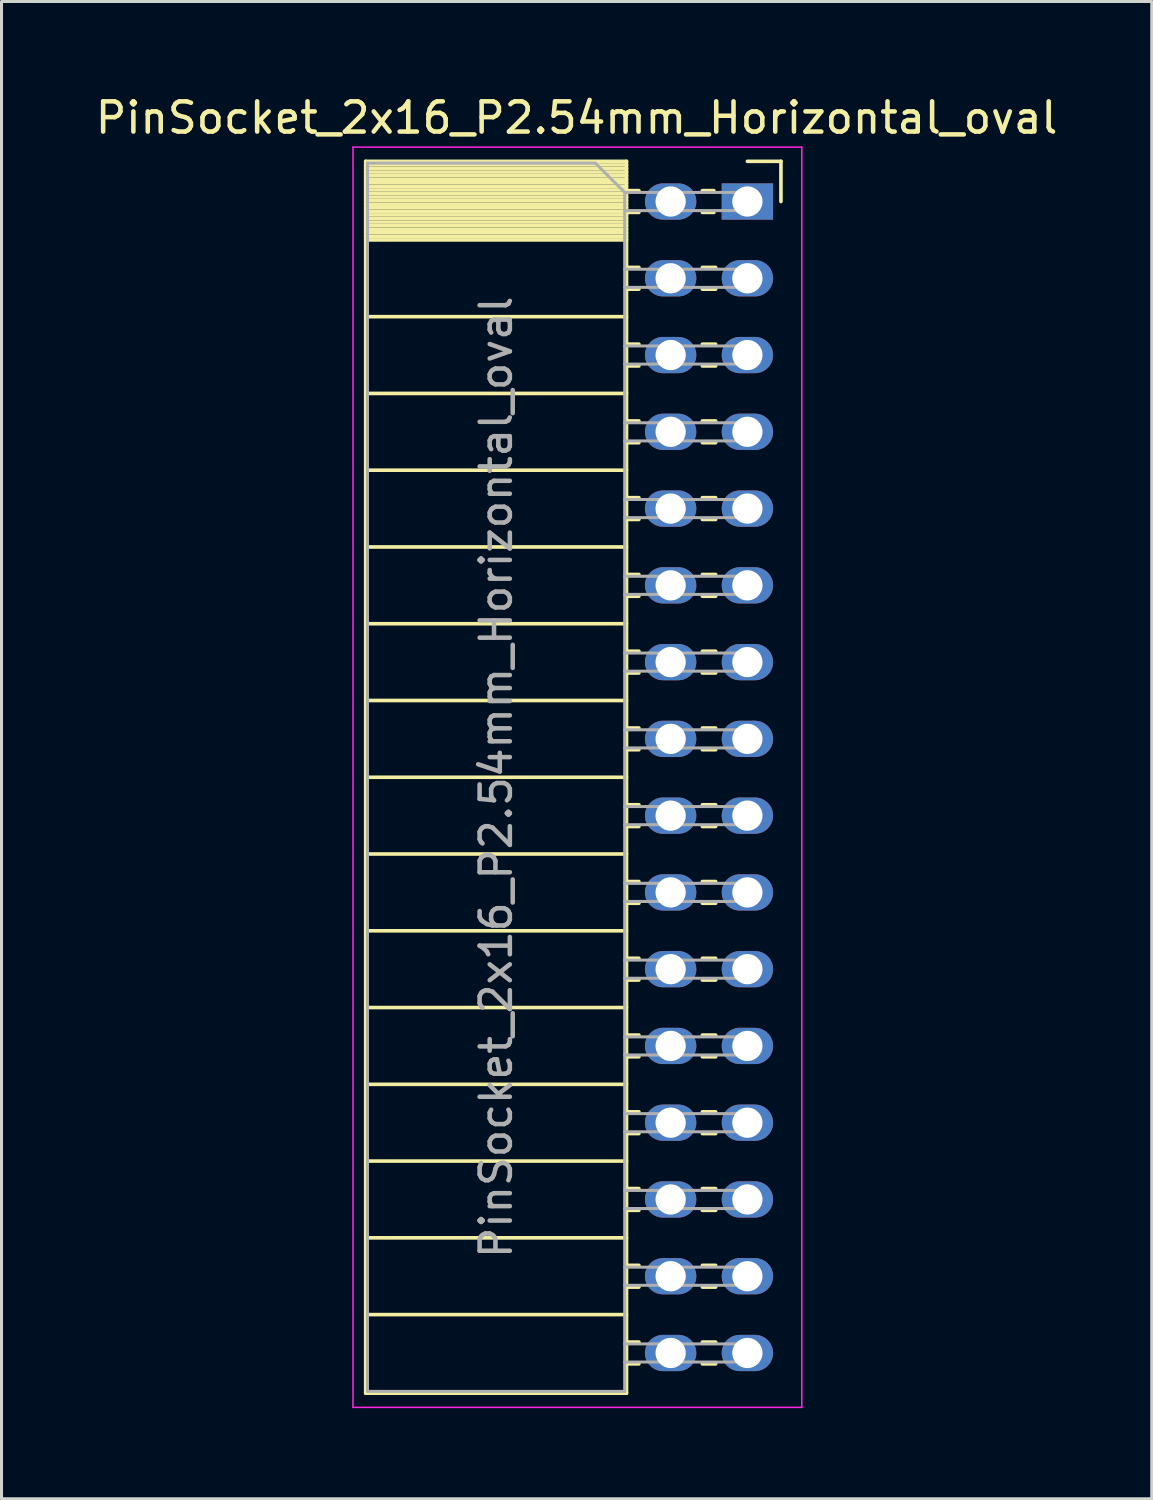
<source format=kicad_pcb>
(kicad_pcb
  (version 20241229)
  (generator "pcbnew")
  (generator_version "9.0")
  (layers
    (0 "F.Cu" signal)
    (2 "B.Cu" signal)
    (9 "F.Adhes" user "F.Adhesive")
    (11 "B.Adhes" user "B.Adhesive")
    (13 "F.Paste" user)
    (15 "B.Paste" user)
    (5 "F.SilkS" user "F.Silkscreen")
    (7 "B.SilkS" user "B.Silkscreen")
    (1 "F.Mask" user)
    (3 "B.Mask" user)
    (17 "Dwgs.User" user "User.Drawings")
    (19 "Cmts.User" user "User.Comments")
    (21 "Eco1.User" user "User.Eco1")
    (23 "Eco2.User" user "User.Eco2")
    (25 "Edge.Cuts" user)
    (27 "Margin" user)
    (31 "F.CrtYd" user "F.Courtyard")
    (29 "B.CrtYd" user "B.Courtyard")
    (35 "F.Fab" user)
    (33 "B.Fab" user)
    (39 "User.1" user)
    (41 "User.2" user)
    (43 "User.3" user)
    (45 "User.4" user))
  (footprint "PinSocket_2x16_P2.54mm_Horizontal_oval"
    (layer "F.Cu")
    (at 21.68 3.618)
    (property "Reference" "PinSocket_2x16_P2.54mm_Horizontal_oval" (at -5.65 -2.77 180) (layer "F.SilkS") (effects (font (size 1 1) (thickness 0.15))))
    (attr through_hole)
    (fp_line (start -12.63 -1.33) (end -12.63 39.43) (stroke (width 0.12) (type solid)) (layer "F.SilkS"))
    (fp_line (start -12.63 -1.33) (end -4 -1.33) (stroke (width 0.12) (type solid)) (layer "F.SilkS"))
    (fp_line (start -12.63 -1.21) (end -4 -1.21) (stroke (width 0.12) (type solid)) (layer "F.SilkS"))
    (fp_line (start -12.63 -1.092) (end -4 -1.092) (stroke (width 0.12) (type solid)) (layer "F.SilkS"))
    (fp_line (start -12.63 -0.974) (end -4 -0.974) (stroke (width 0.12) (type solid)) (layer "F.SilkS"))
    (fp_line (start -12.63 -0.856) (end -4 -0.856) (stroke (width 0.12) (type solid)) (layer "F.SilkS"))
    (fp_line (start -12.63 -0.738) (end -4 -0.738) (stroke (width 0.12) (type solid)) (layer "F.SilkS"))
    (fp_line (start -12.63 -0.62) (end -4 -0.62) (stroke (width 0.12) (type solid)) (layer "F.SilkS"))
    (fp_line (start -12.63 -0.501) (end -4 -0.501) (stroke (width 0.12) (type solid)) (layer "F.SilkS"))
    (fp_line (start -12.63 -0.383) (end -4 -0.383) (stroke (width 0.12) (type solid)) (layer "F.SilkS"))
    (fp_line (start -12.63 -0.265) (end -4 -0.265) (stroke (width 0.12) (type solid)) (layer "F.SilkS"))
    (fp_line (start -12.63 -0.147) (end -4 -0.147) (stroke (width 0.12) (type solid)) (layer "F.SilkS"))
    (fp_line (start -12.63 -0.029) (end -4 -0.029) (stroke (width 0.12) (type solid)) (layer "F.SilkS"))
    (fp_line (start -12.63 0.089) (end -4 0.089) (stroke (width 0.12) (type solid)) (layer "F.SilkS"))
    (fp_line (start -12.63 0.207) (end -4 0.207) (stroke (width 0.12) (type solid)) (layer "F.SilkS"))
    (fp_line (start -12.63 0.325) (end -4 0.325) (stroke (width 0.12) (type solid)) (layer "F.SilkS"))
    (fp_line (start -12.63 0.443) (end -4 0.443) (stroke (width 0.12) (type solid)) (layer "F.SilkS"))
    (fp_line (start -12.63 0.561) (end -4 0.561) (stroke (width 0.12) (type solid)) (layer "F.SilkS"))
    (fp_line (start -12.63 0.68) (end -4 0.68) (stroke (width 0.12) (type solid)) (layer "F.SilkS"))
    (fp_line (start -12.63 0.798) (end -4 0.798) (stroke (width 0.12) (type solid)) (layer "F.SilkS"))
    (fp_line (start -12.63 0.916) (end -4 0.916) (stroke (width 0.12) (type solid)) (layer "F.SilkS"))
    (fp_line (start -12.63 1.034) (end -4 1.034) (stroke (width 0.12) (type solid)) (layer "F.SilkS"))
    (fp_line (start -12.63 1.152) (end -4 1.152) (stroke (width 0.12) (type solid)) (layer "F.SilkS"))
    (fp_line (start -12.63 1.27) (end -4 1.27) (stroke (width 0.12) (type solid)) (layer "F.SilkS"))
    (fp_line (start -12.63 3.81) (end -4 3.81) (stroke (width 0.12) (type solid)) (layer "F.SilkS"))
    (fp_line (start -12.63 6.35) (end -4 6.35) (stroke (width 0.12) (type solid)) (layer "F.SilkS"))
    (fp_line (start -12.63 8.89) (end -4 8.89) (stroke (width 0.12) (type solid)) (layer "F.SilkS"))
    (fp_line (start -12.63 11.43) (end -4 11.43) (stroke (width 0.12) (type solid)) (layer "F.SilkS"))
    (fp_line (start -12.63 13.97) (end -4 13.97) (stroke (width 0.12) (type solid)) (layer "F.SilkS"))
    (fp_line (start -12.63 16.51) (end -4 16.51) (stroke (width 0.12) (type solid)) (layer "F.SilkS"))
    (fp_line (start -12.63 19.05) (end -4 19.05) (stroke (width 0.12) (type solid)) (layer "F.SilkS"))
    (fp_line (start -12.63 21.59) (end -4 21.59) (stroke (width 0.12) (type solid)) (layer "F.SilkS"))
    (fp_line (start -12.63 24.13) (end -4 24.13) (stroke (width 0.12) (type solid)) (layer "F.SilkS"))
    (fp_line (start -12.63 26.67) (end -4 26.67) (stroke (width 0.12) (type solid)) (layer "F.SilkS"))
    (fp_line (start -12.63 29.21) (end -4 29.21) (stroke (width 0.12) (type solid)) (layer "F.SilkS"))
    (fp_line (start -12.63 31.75) (end -4 31.75) (stroke (width 0.12) (type solid)) (layer "F.SilkS"))
    (fp_line (start -12.63 34.29) (end -4 34.29) (stroke (width 0.12) (type solid)) (layer "F.SilkS"))
    (fp_line (start -12.63 36.83) (end -4 36.83) (stroke (width 0.12) (type solid)) (layer "F.SilkS"))
    (fp_line (start -12.63 39.43) (end -4 39.43) (stroke (width 0.12) (type solid)) (layer "F.SilkS"))
    (fp_line (start -4 -1.33) (end -4 39.43) (stroke (width 0.12) (type solid)) (layer "F.SilkS"))
    (fp_line (start -4 -0.36) (end -3.59 -0.36) (stroke (width 0.12) (type solid)) (layer "F.SilkS"))
    (fp_line (start -4 0.36) (end -3.59 0.36) (stroke (width 0.12) (type solid)) (layer "F.SilkS"))
    (fp_line (start -4 2.18) (end -3.59 2.18) (stroke (width 0.12) (type solid)) (layer "F.SilkS"))
    (fp_line (start -4 2.9) (end -3.59 2.9) (stroke (width 0.12) (type solid)) (layer "F.SilkS"))
    (fp_line (start -4 4.72) (end -3.59 4.72) (stroke (width 0.12) (type solid)) (layer "F.SilkS"))
    (fp_line (start -4 5.44) (end -3.59 5.44) (stroke (width 0.12) (type solid)) (layer "F.SilkS"))
    (fp_line (start -4 7.26) (end -3.59 7.26) (stroke (width 0.12) (type solid)) (layer "F.SilkS"))
    (fp_line (start -4 7.98) (end -3.59 7.98) (stroke (width 0.12) (type solid)) (layer "F.SilkS"))
    (fp_line (start -4 9.8) (end -3.59 9.8) (stroke (width 0.12) (type solid)) (layer "F.SilkS"))
    (fp_line (start -4 10.52) (end -3.59 10.52) (stroke (width 0.12) (type solid)) (layer "F.SilkS"))
    (fp_line (start -4 12.34) (end -3.59 12.34) (stroke (width 0.12) (type solid)) (layer "F.SilkS"))
    (fp_line (start -4 13.06) (end -3.59 13.06) (stroke (width 0.12) (type solid)) (layer "F.SilkS"))
    (fp_line (start -4 14.88) (end -3.59 14.88) (stroke (width 0.12) (type solid)) (layer "F.SilkS"))
    (fp_line (start -4 15.6) (end -3.59 15.6) (stroke (width 0.12) (type solid)) (layer "F.SilkS"))
    (fp_line (start -4 17.42) (end -3.59 17.42) (stroke (width 0.12) (type solid)) (layer "F.SilkS"))
    (fp_line (start -4 18.14) (end -3.59 18.14) (stroke (width 0.12) (type solid)) (layer "F.SilkS"))
    (fp_line (start -4 19.96) (end -3.59 19.96) (stroke (width 0.12) (type solid)) (layer "F.SilkS"))
    (fp_line (start -4 20.68) (end -3.59 20.68) (stroke (width 0.12) (type solid)) (layer "F.SilkS"))
    (fp_line (start -4 22.5) (end -3.59 22.5) (stroke (width 0.12) (type solid)) (layer "F.SilkS"))
    (fp_line (start -4 23.22) (end -3.59 23.22) (stroke (width 0.12) (type solid)) (layer "F.SilkS"))
    (fp_line (start -4 25.04) (end -3.59 25.04) (stroke (width 0.12) (type solid)) (layer "F.SilkS"))
    (fp_line (start -4 25.76) (end -3.59 25.76) (stroke (width 0.12) (type solid)) (layer "F.SilkS"))
    (fp_line (start -4 27.58) (end -3.59 27.58) (stroke (width 0.12) (type solid)) (layer "F.SilkS"))
    (fp_line (start -4 28.3) (end -3.59 28.3) (stroke (width 0.12) (type solid)) (layer "F.SilkS"))
    (fp_line (start -4 30.12) (end -3.59 30.12) (stroke (width 0.12) (type solid)) (layer "F.SilkS"))
    (fp_line (start -4 30.84) (end -3.59 30.84) (stroke (width 0.12) (type solid)) (layer "F.SilkS"))
    (fp_line (start -4 32.66) (end -3.59 32.66) (stroke (width 0.12) (type solid)) (layer "F.SilkS"))
    (fp_line (start -4 33.38) (end -3.59 33.38) (stroke (width 0.12) (type solid)) (layer "F.SilkS"))
    (fp_line (start -4 35.2) (end -3.59 35.2) (stroke (width 0.12) (type solid)) (layer "F.SilkS"))
    (fp_line (start -4 35.92) (end -3.59 35.92) (stroke (width 0.12) (type solid)) (layer "F.SilkS"))
    (fp_line (start -4 37.74) (end -3.59 37.74) (stroke (width 0.12) (type solid)) (layer "F.SilkS"))
    (fp_line (start -4 38.46) (end -3.59 38.46) (stroke (width 0.12) (type solid)) (layer "F.SilkS"))
    (fp_line (start -1.49 -0.36) (end -1.11 -0.36) (stroke (width 0.12) (type solid)) (layer "F.SilkS"))
    (fp_line (start -1.49 0.36) (end -1.11 0.36) (stroke (width 0.12) (type solid)) (layer "F.SilkS"))
    (fp_line (start -1.49 2.18) (end -1.05 2.18) (stroke (width 0.12) (type solid)) (layer "F.SilkS"))
    (fp_line (start -1.49 2.9) (end -1.05 2.9) (stroke (width 0.12) (type solid)) (layer "F.SilkS"))
    (fp_line (start -1.49 4.72) (end -1.05 4.72) (stroke (width 0.12) (type solid)) (layer "F.SilkS"))
    (fp_line (start -1.49 5.44) (end -1.05 5.44) (stroke (width 0.12) (type solid)) (layer "F.SilkS"))
    (fp_line (start -1.49 7.26) (end -1.05 7.26) (stroke (width 0.12) (type solid)) (layer "F.SilkS"))
    (fp_line (start -1.49 7.98) (end -1.05 7.98) (stroke (width 0.12) (type solid)) (layer "F.SilkS"))
    (fp_line (start -1.49 9.8) (end -1.05 9.8) (stroke (width 0.12) (type solid)) (layer "F.SilkS"))
    (fp_line (start -1.49 10.52) (end -1.05 10.52) (stroke (width 0.12) (type solid)) (layer "F.SilkS"))
    (fp_line (start -1.49 12.34) (end -1.05 12.34) (stroke (width 0.12) (type solid)) (layer "F.SilkS"))
    (fp_line (start -1.49 13.06) (end -1.05 13.06) (stroke (width 0.12) (type solid)) (layer "F.SilkS"))
    (fp_line (start -1.49 14.88) (end -1.05 14.88) (stroke (width 0.12) (type solid)) (layer "F.SilkS"))
    (fp_line (start -1.49 15.6) (end -1.05 15.6) (stroke (width 0.12) (type solid)) (layer "F.SilkS"))
    (fp_line (start -1.49 17.42) (end -1.05 17.42) (stroke (width 0.12) (type solid)) (layer "F.SilkS"))
    (fp_line (start -1.49 18.14) (end -1.05 18.14) (stroke (width 0.12) (type solid)) (layer "F.SilkS"))
    (fp_line (start -1.49 19.96) (end -1.05 19.96) (stroke (width 0.12) (type solid)) (layer "F.SilkS"))
    (fp_line (start -1.49 20.68) (end -1.05 20.68) (stroke (width 0.12) (type solid)) (layer "F.SilkS"))
    (fp_line (start -1.49 22.5) (end -1.05 22.5) (stroke (width 0.12) (type solid)) (layer "F.SilkS"))
    (fp_line (start -1.49 23.22) (end -1.05 23.22) (stroke (width 0.12) (type solid)) (layer "F.SilkS"))
    (fp_line (start -1.49 25.04) (end -1.05 25.04) (stroke (width 0.12) (type solid)) (layer "F.SilkS"))
    (fp_line (start -1.49 25.76) (end -1.05 25.76) (stroke (width 0.12) (type solid)) (layer "F.SilkS"))
    (fp_line (start -1.49 27.58) (end -1.05 27.58) (stroke (width 0.12) (type solid)) (layer "F.SilkS"))
    (fp_line (start -1.49 28.3) (end -1.05 28.3) (stroke (width 0.12) (type solid)) (layer "F.SilkS"))
    (fp_line (start -1.49 30.12) (end -1.05 30.12) (stroke (width 0.12) (type solid)) (layer "F.SilkS"))
    (fp_line (start -1.49 30.84) (end -1.05 30.84) (stroke (width 0.12) (type solid)) (layer "F.SilkS"))
    (fp_line (start -1.49 32.66) (end -1.05 32.66) (stroke (width 0.12) (type solid)) (layer "F.SilkS"))
    (fp_line (start -1.49 33.38) (end -1.05 33.38) (stroke (width 0.12) (type solid)) (layer "F.SilkS"))
    (fp_line (start -1.49 35.2) (end -1.05 35.2) (stroke (width 0.12) (type solid)) (layer "F.SilkS"))
    (fp_line (start -1.49 35.92) (end -1.05 35.92) (stroke (width 0.12) (type solid)) (layer "F.SilkS"))
    (fp_line (start -1.49 37.74) (end -1.05 37.74) (stroke (width 0.12) (type solid)) (layer "F.SilkS"))
    (fp_line (start -1.49 38.46) (end -1.05 38.46) (stroke (width 0.12) (type solid)) (layer "F.SilkS"))
    (fp_line (start 0 -1.33) (end 1.11 -1.33) (stroke (width 0.12) (type solid)) (layer "F.SilkS"))
    (fp_line (start 1.11 -1.33) (end 1.11 0) (stroke (width 0.12) (type solid)) (layer "F.SilkS"))
    (fp_line (start -13.05 -1.8) (end -13.05 39.9) (stroke (width 0.05) (type solid)) (layer "F.CrtYd"))
    (fp_line (start -13.05 39.9) (end 1.8 39.9) (stroke (width 0.05) (type solid)) (layer "F.CrtYd"))
    (fp_line (start 1.8 -1.8) (end -13.05 -1.8) (stroke (width 0.05) (type solid)) (layer "F.CrtYd"))
    (fp_line (start 1.8 39.9) (end 1.8 -1.8) (stroke (width 0.05) (type solid)) (layer "F.CrtYd"))
    (fp_line (start -12.57 -1.27) (end -5.03 -1.27) (stroke (width 0.1) (type solid)) (layer "F.Fab"))
    (fp_line (start -12.57 39.37) (end -12.57 -1.27) (stroke (width 0.1) (type solid)) (layer "F.Fab"))
    (fp_line (start -5.03 -1.27) (end -4.06 -0.3) (stroke (width 0.1) (type solid)) (layer "F.Fab"))
    (fp_line (start -4.06 -0.3) (end -4.06 39.37) (stroke (width 0.1) (type solid)) (layer "F.Fab"))
    (fp_line (start -4.06 0.3) (end 0 0.3) (stroke (width 0.1) (type solid)) (layer "F.Fab"))
    (fp_line (start -4.06 2.84) (end 0 2.84) (stroke (width 0.1) (type solid)) (layer "F.Fab"))
    (fp_line (start -4.06 5.38) (end 0 5.38) (stroke (width 0.1) (type solid)) (layer "F.Fab"))
    (fp_line (start -4.06 7.92) (end 0 7.92) (stroke (width 0.1) (type solid)) (layer "F.Fab"))
    (fp_line (start -4.06 10.46) (end 0 10.46) (stroke (width 0.1) (type solid)) (layer "F.Fab"))
    (fp_line (start -4.06 13) (end 0 13) (stroke (width 0.1) (type solid)) (layer "F.Fab"))
    (fp_line (start -4.06 15.54) (end 0 15.54) (stroke (width 0.1) (type solid)) (layer "F.Fab"))
    (fp_line (start -4.06 18.08) (end 0 18.08) (stroke (width 0.1) (type solid)) (layer "F.Fab"))
    (fp_line (start -4.06 20.62) (end 0 20.62) (stroke (width 0.1) (type solid)) (layer "F.Fab"))
    (fp_line (start -4.06 23.16) (end 0 23.16) (stroke (width 0.1) (type solid)) (layer "F.Fab"))
    (fp_line (start -4.06 25.7) (end 0 25.7) (stroke (width 0.1) (type solid)) (layer "F.Fab"))
    (fp_line (start -4.06 28.24) (end 0 28.24) (stroke (width 0.1) (type solid)) (layer "F.Fab"))
    (fp_line (start -4.06 30.78) (end 0 30.78) (stroke (width 0.1) (type solid)) (layer "F.Fab"))
    (fp_line (start -4.06 33.32) (end 0 33.32) (stroke (width 0.1) (type solid)) (layer "F.Fab"))
    (fp_line (start -4.06 35.86) (end 0 35.86) (stroke (width 0.1) (type solid)) (layer "F.Fab"))
    (fp_line (start -4.06 38.4) (end 0 38.4) (stroke (width 0.1) (type solid)) (layer "F.Fab"))
    (fp_line (start -4.06 39.37) (end -12.57 39.37) (stroke (width 0.1) (type solid)) (layer "F.Fab"))
    (fp_line (start 0 -0.3) (end -4.06 -0.3) (stroke (width 0.1) (type solid)) (layer "F.Fab"))
    (fp_line (start 0 0.3) (end 0 -0.3) (stroke (width 0.1) (type solid)) (layer "F.Fab"))
    (fp_line (start 0 2.24) (end -4.06 2.24) (stroke (width 0.1) (type solid)) (layer "F.Fab"))
    (fp_line (start 0 2.84) (end 0 2.24) (stroke (width 0.1) (type solid)) (layer "F.Fab"))
    (fp_line (start 0 4.78) (end -4.06 4.78) (stroke (width 0.1) (type solid)) (layer "F.Fab"))
    (fp_line (start 0 5.38) (end 0 4.78) (stroke (width 0.1) (type solid)) (layer "F.Fab"))
    (fp_line (start 0 7.32) (end -4.06 7.32) (stroke (width 0.1) (type solid)) (layer "F.Fab"))
    (fp_line (start 0 7.92) (end 0 7.32) (stroke (width 0.1) (type solid)) (layer "F.Fab"))
    (fp_line (start 0 9.86) (end -4.06 9.86) (stroke (width 0.1) (type solid)) (layer "F.Fab"))
    (fp_line (start 0 10.46) (end 0 9.86) (stroke (width 0.1) (type solid)) (layer "F.Fab"))
    (fp_line (start 0 12.4) (end -4.06 12.4) (stroke (width 0.1) (type solid)) (layer "F.Fab"))
    (fp_line (start 0 13) (end 0 12.4) (stroke (width 0.1) (type solid)) (layer "F.Fab"))
    (fp_line (start 0 14.94) (end -4.06 14.94) (stroke (width 0.1) (type solid)) (layer "F.Fab"))
    (fp_line (start 0 15.54) (end 0 14.94) (stroke (width 0.1) (type solid)) (layer "F.Fab"))
    (fp_line (start 0 17.48) (end -4.06 17.48) (stroke (width 0.1) (type solid)) (layer "F.Fab"))
    (fp_line (start 0 18.08) (end 0 17.48) (stroke (width 0.1) (type solid)) (layer "F.Fab"))
    (fp_line (start 0 20.02) (end -4.06 20.02) (stroke (width 0.1) (type solid)) (layer "F.Fab"))
    (fp_line (start 0 20.62) (end 0 20.02) (stroke (width 0.1) (type solid)) (layer "F.Fab"))
    (fp_line (start 0 22.56) (end -4.06 22.56) (stroke (width 0.1) (type solid)) (layer "F.Fab"))
    (fp_line (start 0 23.16) (end 0 22.56) (stroke (width 0.1) (type solid)) (layer "F.Fab"))
    (fp_line (start 0 25.1) (end -4.06 25.1) (stroke (width 0.1) (type solid)) (layer "F.Fab"))
    (fp_line (start 0 25.7) (end 0 25.1) (stroke (width 0.1) (type solid)) (layer "F.Fab"))
    (fp_line (start 0 27.64) (end -4.06 27.64) (stroke (width 0.1) (type solid)) (layer "F.Fab"))
    (fp_line (start 0 28.24) (end 0 27.64) (stroke (width 0.1) (type solid)) (layer "F.Fab"))
    (fp_line (start 0 30.18) (end -4.06 30.18) (stroke (width 0.1) (type solid)) (layer "F.Fab"))
    (fp_line (start 0 30.78) (end 0 30.18) (stroke (width 0.1) (type solid)) (layer "F.Fab"))
    (fp_line (start 0 32.72) (end -4.06 32.72) (stroke (width 0.1) (type solid)) (layer "F.Fab"))
    (fp_line (start 0 33.32) (end 0 32.72) (stroke (width 0.1) (type solid)) (layer "F.Fab"))
    (fp_line (start 0 35.26) (end -4.06 35.26) (stroke (width 0.1) (type solid)) (layer "F.Fab"))
    (fp_line (start 0 35.86) (end 0 35.26) (stroke (width 0.1) (type solid)) (layer "F.Fab"))
    (fp_line (start 0 37.8) (end -4.06 37.8) (stroke (width 0.1) (type solid)) (layer "F.Fab"))
    (fp_line (start 0 38.4) (end 0 37.8) (stroke (width 0.1) (type solid)) (layer "F.Fab"))
    (fp_text user "${REFERENCE}" (at -8.315 19.05 270) (layer "F.Fab") (effects (font (size 1 1) (thickness 0.15))))
    (pad "1" thru_hole rect (at 0 0) (size 1.7 1.2) (drill 1) (layers "*.Cu" "*.Mask"))
    (pad "2" thru_hole oval (at -2.54 0) (size 1.7 1.2) (drill 1) (layers "*.Cu" "*.Mask"))
    (pad "3" thru_hole oval (at 0 2.54) (size 1.7 1.2) (drill 1) (layers "*.Cu" "*.Mask"))
    (pad "4" thru_hole oval (at -2.54 2.54) (size 1.7 1.2) (drill 1) (layers "*.Cu" "*.Mask"))
    (pad "5" thru_hole oval (at 0 5.08) (size 1.7 1.2) (drill 1) (layers "*.Cu" "*.Mask"))
    (pad "6" thru_hole oval (at -2.54 5.08) (size 1.7 1.2) (drill 1) (layers "*.Cu" "*.Mask"))
    (pad "7" thru_hole oval (at 0 7.62) (size 1.7 1.2) (drill 1) (layers "*.Cu" "*.Mask"))
    (pad "8" thru_hole oval (at -2.54 7.62) (size 1.7 1.2) (drill 1) (layers "*.Cu" "*.Mask"))
    (pad "9" thru_hole oval (at 0 10.16) (size 1.7 1.2) (drill 1) (layers "*.Cu" "*.Mask"))
    (pad "10" thru_hole oval (at -2.54 10.16) (size 1.7 1.2) (drill 1) (layers "*.Cu" "*.Mask"))
    (pad "11" thru_hole oval (at 0 12.7) (size 1.7 1.2) (drill 1) (layers "*.Cu" "*.Mask"))
    (pad "12" thru_hole oval (at -2.54 12.7) (size 1.7 1.2) (drill 1) (layers "*.Cu" "*.Mask"))
    (pad "13" thru_hole oval (at 0 15.24) (size 1.7 1.2) (drill 1) (layers "*.Cu" "*.Mask"))
    (pad "14" thru_hole oval (at -2.54 15.24) (size 1.7 1.2) (drill 1) (layers "*.Cu" "*.Mask"))
    (pad "15" thru_hole oval (at 0 17.78) (size 1.7 1.2) (drill 1) (layers "*.Cu" "*.Mask"))
    (pad "16" thru_hole oval (at -2.54 17.78) (size 1.7 1.2) (drill 1) (layers "*.Cu" "*.Mask"))
    (pad "17" thru_hole oval (at 0 20.32) (size 1.7 1.2) (drill 1) (layers "*.Cu" "*.Mask"))
    (pad "18" thru_hole oval (at -2.54 20.32) (size 1.7 1.2) (drill 1) (layers "*.Cu" "*.Mask"))
    (pad "19" thru_hole oval (at 0 22.86) (size 1.7 1.2) (drill 1) (layers "*.Cu" "*.Mask"))
    (pad "20" thru_hole oval (at -2.54 22.86) (size 1.7 1.2) (drill 1) (layers "*.Cu" "*.Mask"))
    (pad "21" thru_hole oval (at 0 25.4) (size 1.7 1.2) (drill 1) (layers "*.Cu" "*.Mask"))
    (pad "22" thru_hole oval (at -2.54 25.4) (size 1.7 1.2) (drill 1) (layers "*.Cu" "*.Mask"))
    (pad "23" thru_hole oval (at 0 27.94) (size 1.7 1.2) (drill 1) (layers "*.Cu" "*.Mask"))
    (pad "24" thru_hole oval (at -2.54 27.94) (size 1.7 1.2) (drill 1) (layers "*.Cu" "*.Mask"))
    (pad "25" thru_hole oval (at 0 30.48) (size 1.7 1.2) (drill 1) (layers "*.Cu" "*.Mask"))
    (pad "26" thru_hole oval (at -2.54 30.48) (size 1.7 1.2) (drill 1) (layers "*.Cu" "*.Mask"))
    (pad "27" thru_hole oval (at 0 33.02) (size 1.7 1.2) (drill 1) (layers "*.Cu" "*.Mask"))
    (pad "28" thru_hole oval (at -2.54 33.02) (size 1.7 1.2) (drill 1) (layers "*.Cu" "*.Mask"))
    (pad "29" thru_hole oval (at 0 35.56) (size 1.7 1.2) (drill 1) (layers "*.Cu" "*.Mask"))
    (pad "30" thru_hole oval (at -2.54 35.56) (size 1.7 1.2) (drill 1) (layers "*.Cu" "*.Mask"))
    (pad "31" thru_hole oval (at 0 38.1) (size 1.7 1.2) (drill 1) (layers "*.Cu" "*.Mask"))
    (pad "32" thru_hole oval (at -2.54 38.1) (size 1.7 1.2) (drill 1) (layers "*.Cu" "*.Mask")))
  (gr_rect
    (start -3 -3)
    (end 35.06 46.543)
    (stroke (width 0.1) (type default))
    (fill no)
    (layer "Edge.Cuts")))
</source>
